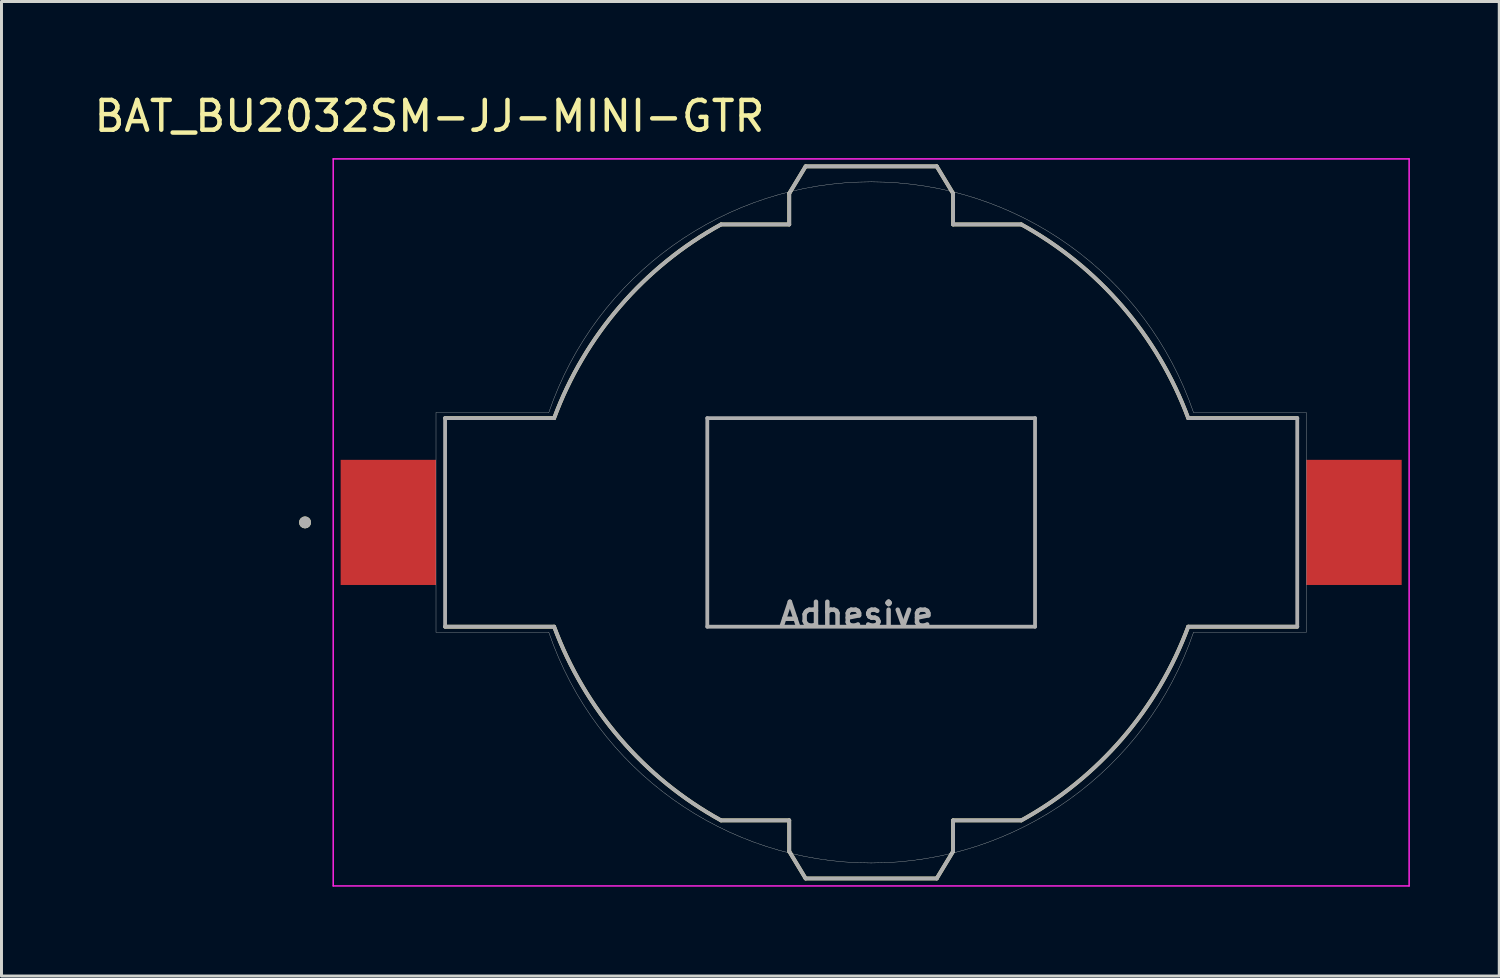
<source format=kicad_pcb>
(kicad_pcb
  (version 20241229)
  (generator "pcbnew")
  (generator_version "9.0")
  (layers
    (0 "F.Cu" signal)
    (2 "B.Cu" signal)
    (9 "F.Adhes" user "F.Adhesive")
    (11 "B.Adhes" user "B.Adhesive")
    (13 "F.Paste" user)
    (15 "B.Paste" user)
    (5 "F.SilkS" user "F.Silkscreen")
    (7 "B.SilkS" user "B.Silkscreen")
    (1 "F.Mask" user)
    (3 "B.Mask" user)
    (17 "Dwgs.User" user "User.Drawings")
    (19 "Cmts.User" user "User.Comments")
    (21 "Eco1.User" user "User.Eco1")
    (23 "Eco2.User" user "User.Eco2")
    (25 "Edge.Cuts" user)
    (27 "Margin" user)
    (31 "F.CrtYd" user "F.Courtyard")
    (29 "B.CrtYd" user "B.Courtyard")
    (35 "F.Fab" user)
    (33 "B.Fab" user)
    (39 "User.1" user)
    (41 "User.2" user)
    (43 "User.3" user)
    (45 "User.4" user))
  (footprint "BAT_BU2032SM-JJ-MINI-GTR"
    (layer "F.Cu")
    (at 26.188 14.483)
    (property "Reference" "BAT_BU2032SM-JJ-MINI-GTR" (at -14.825 -13.635 0) (layer "F.SilkS") (effects (font (size 1 1) (thickness 0.15))))
    (attr smd)
    (fp_line (start -14.3 3.5) (end -10.64 3.5) (stroke (width 0.127) (type solid)) (layer "F.SilkS"))
    (fp_line (start -10.64 -3.5) (end -14.3 -3.5) (stroke (width 0.127) (type solid)) (layer "F.SilkS"))
    (fp_line (start -5.04 -10) (end -2.75 -10) (stroke (width 0.127) (type solid)) (layer "F.SilkS"))
    (fp_line (start -2.75 -11.04) (end -2.2 -11.95) (stroke (width 0.127) (type solid)) (layer "F.SilkS"))
    (fp_line (start -2.75 -10) (end -2.75 -11.04) (stroke (width 0.127) (type solid)) (layer "F.SilkS"))
    (fp_line (start -2.75 10) (end -5.04 10) (stroke (width 0.127) (type solid)) (layer "F.SilkS"))
    (fp_line (start -2.75 11.04) (end -2.75 10) (stroke (width 0.127) (type solid)) (layer "F.SilkS"))
    (fp_line (start -2.2 -11.95) (end 2.2 -11.95) (stroke (width 0.127) (type solid)) (layer "F.SilkS"))
    (fp_line (start -2.2 11.95) (end -2.75 11.04) (stroke (width 0.127) (type solid)) (layer "F.SilkS"))
    (fp_line (start 2.2 -11.95) (end 2.75 -11.04) (stroke (width 0.127) (type solid)) (layer "F.SilkS"))
    (fp_line (start 2.2 11.95) (end -2.2 11.95) (stroke (width 0.127) (type solid)) (layer "F.SilkS"))
    (fp_line (start 2.75 -11.04) (end 2.75 -10) (stroke (width 0.127) (type solid)) (layer "F.SilkS"))
    (fp_line (start 2.75 -10) (end 5.04 -10) (stroke (width 0.127) (type solid)) (layer "F.SilkS"))
    (fp_line (start 2.75 10) (end 2.75 11.04) (stroke (width 0.127) (type solid)) (layer "F.SilkS"))
    (fp_line (start 2.75 11.04) (end 2.2 11.95) (stroke (width 0.127) (type solid)) (layer "F.SilkS"))
    (fp_line (start 5.04 10) (end 2.75 10) (stroke (width 0.127) (type solid)) (layer "F.SilkS"))
    (fp_line (start 10.64 3.5) (end 14.3 3.5) (stroke (width 0.127) (type solid)) (layer "F.SilkS"))
    (fp_line (start 14.3 -3.5) (end 10.64 -3.5) (stroke (width 0.127) (type solid)) (layer "F.SilkS"))
    (fp_arc (start -10.64 -3.5) (mid -8.425939 -7.254809) (end -5.04 -10) (stroke (width 0.127) (type solid)) (layer "F.SilkS"))
    (fp_arc (start -5.04 10) (mid -8.425939 7.254809) (end -10.64 3.5) (stroke (width 0.127) (type solid)) (layer "F.SilkS"))
    (fp_arc (start 5.04 -10) (mid 8.425939 -7.254809) (end 10.64 -3.5) (stroke (width 0.127) (type solid)) (layer "F.SilkS"))
    (fp_arc (start 10.64 3.5) (mid 8.425939 7.254809) (end 5.04 10) (stroke (width 0.127) (type solid)) (layer "F.SilkS"))
    (fp_circle (center -19 0) (end -18.9 0) (stroke (width 0.2) (type solid)) (fill no) (layer "F.SilkS"))
    (fp_line (start -14.605 -3.685) (end -14.605 3.685) (stroke (width 0.01) (type solid)) (layer "Edge.Cuts"))
    (fp_line (start -14.605 3.685) (end -10.82 3.685) (stroke (width 0.01) (type solid)) (layer "Edge.Cuts"))
    (fp_line (start -10.82 -3.685) (end -14.605 -3.685) (stroke (width 0.01) (type solid)) (layer "Edge.Cuts"))
    (fp_line (start 10.82 3.685) (end 14.605 3.685) (stroke (width 0.01) (type solid)) (layer "Edge.Cuts"))
    (fp_line (start 14.605 -3.685) (end 10.82 -3.685) (stroke (width 0.01) (type solid)) (layer "Edge.Cuts"))
    (fp_line (start 14.605 3.685) (end 14.605 -3.685) (stroke (width 0.01) (type solid)) (layer "Edge.Cuts"))
    (fp_arc (start -10.82 -3.685) (mid -6.653137 -9.294201) (end 0 -11.43) (stroke (width 0.01) (type solid)) (layer "Edge.Cuts"))
    (fp_arc (start 0 -11.43) (mid 6.653137 -9.294201) (end 10.82 -3.685) (stroke (width 0.01) (type solid)) (layer "Edge.Cuts"))
    (fp_arc (start 0 11.43) (mid -6.653137 9.294201) (end -10.82 3.685) (stroke (width 0.01) (type solid)) (layer "Edge.Cuts"))
    (fp_arc (start 10.82 3.685) (mid 6.653137 9.294201) (end 0 11.43) (stroke (width 0.01) (type solid)) (layer "Edge.Cuts"))
    (fp_line (start -18.055 -12.2) (end -18.055 12.2) (stroke (width 0.05) (type solid)) (layer "F.CrtYd"))
    (fp_line (start -18.055 12.2) (end 18.055 12.2) (stroke (width 0.05) (type solid)) (layer "F.CrtYd"))
    (fp_line (start 18.055 -12.2) (end -18.055 -12.2) (stroke (width 0.05) (type solid)) (layer "F.CrtYd"))
    (fp_line (start 18.055 12.2) (end 18.055 -12.2) (stroke (width 0.05) (type solid)) (layer "F.CrtYd"))
    (fp_line (start -14.3 -3.5) (end -14.3 3.5) (stroke (width 0.127) (type solid)) (layer "F.Fab"))
    (fp_line (start -14.3 3.5) (end -10.64 3.5) (stroke (width 0.127) (type solid)) (layer "F.Fab"))
    (fp_line (start -10.64 -3.5) (end -14.3 -3.5) (stroke (width 0.127) (type solid)) (layer "F.Fab"))
    (fp_line (start -5.5 -3.5) (end -5.5 3.5) (stroke (width 0.127) (type solid)) (layer "F.Fab"))
    (fp_line (start -5.5 3.5) (end 5.5 3.5) (stroke (width 0.127) (type solid)) (layer "F.Fab"))
    (fp_line (start -5.04 -10) (end -2.75 -10) (stroke (width 0.127) (type solid)) (layer "F.Fab"))
    (fp_line (start -2.75 -11.04) (end -2.2 -11.95) (stroke (width 0.127) (type solid)) (layer "F.Fab"))
    (fp_line (start -2.75 -10) (end -2.75 -11.04) (stroke (width 0.127) (type solid)) (layer "F.Fab"))
    (fp_line (start -2.75 10) (end -5.04 10) (stroke (width 0.127) (type solid)) (layer "F.Fab"))
    (fp_line (start -2.75 11.04) (end -2.75 10) (stroke (width 0.127) (type solid)) (layer "F.Fab"))
    (fp_line (start -2.2 -11.95) (end 2.2 -11.95) (stroke (width 0.127) (type solid)) (layer "F.Fab"))
    (fp_line (start -2.2 11.95) (end -2.75 11.04) (stroke (width 0.127) (type solid)) (layer "F.Fab"))
    (fp_line (start 2.2 -11.95) (end 2.75 -11.04) (stroke (width 0.127) (type solid)) (layer "F.Fab"))
    (fp_line (start 2.2 11.95) (end -2.2 11.95) (stroke (width 0.127) (type solid)) (layer "F.Fab"))
    (fp_line (start 2.75 -11.04) (end 2.75 -10) (stroke (width 0.127) (type solid)) (layer "F.Fab"))
    (fp_line (start 2.75 -10) (end 5.04 -10) (stroke (width 0.127) (type solid)) (layer "F.Fab"))
    (fp_line (start 2.75 10) (end 2.75 11.04) (stroke (width 0.127) (type solid)) (layer "F.Fab"))
    (fp_line (start 2.75 11.04) (end 2.2 11.95) (stroke (width 0.127) (type solid)) (layer "F.Fab"))
    (fp_line (start 5.04 10) (end 2.75 10) (stroke (width 0.127) (type solid)) (layer "F.Fab"))
    (fp_line (start 5.5 -3.5) (end -5.5 -3.5) (stroke (width 0.127) (type solid)) (layer "F.Fab"))
    (fp_line (start 5.5 3.5) (end 5.5 -3.5) (stroke (width 0.127) (type solid)) (layer "F.Fab"))
    (fp_line (start 10.64 3.5) (end 14.3 3.5) (stroke (width 0.127) (type solid)) (layer "F.Fab"))
    (fp_line (start 14.3 -3.5) (end 10.64 -3.5) (stroke (width 0.127) (type solid)) (layer "F.Fab"))
    (fp_line (start 14.3 3.5) (end 14.3 -3.5) (stroke (width 0.127) (type solid)) (layer "F.Fab"))
    (fp_arc (start -10.64 -3.5) (mid -8.425939 -7.254809) (end -5.04 -10) (stroke (width 0.127) (type solid)) (layer "F.Fab"))
    (fp_arc (start -5.04 10) (mid -8.425939 7.254809) (end -10.64 3.5) (stroke (width 0.127) (type solid)) (layer "F.Fab"))
    (fp_arc (start 5.04 -10) (mid 8.425939 -7.254809) (end 10.64 -3.5) (stroke (width 0.127) (type solid)) (layer "F.Fab"))
    (fp_arc (start 10.64 3.5) (mid 8.425939 7.254809) (end 5.04 10) (stroke (width 0.127) (type solid)) (layer "F.Fab"))
    (fp_circle (center -19 0) (end -18.9 0) (stroke (width 0.2) (type solid)) (fill no) (layer "F.Fab"))
    (fp_text user "Adhesive" (at -0.5 3.1 0) (layer "F.Fab") (effects (font (size 0.8 0.8) (thickness 0.15))))
    (pad "+" smd rect (at -16.205 0) (size 3.2 4.2) (layers "F.Cu" "F.Mask" "F.Paste"))
    (pad "-" smd rect (at 16.205 0) (size 3.2 4.2) (layers "F.Cu" "F.Mask" "F.Paste")))
  (gr_rect
    (start -3 -3)
    (end 47.268 29.708)
    (stroke (width 0.1) (type default))
    (fill no)
    (layer "Edge.Cuts")))
</source>
